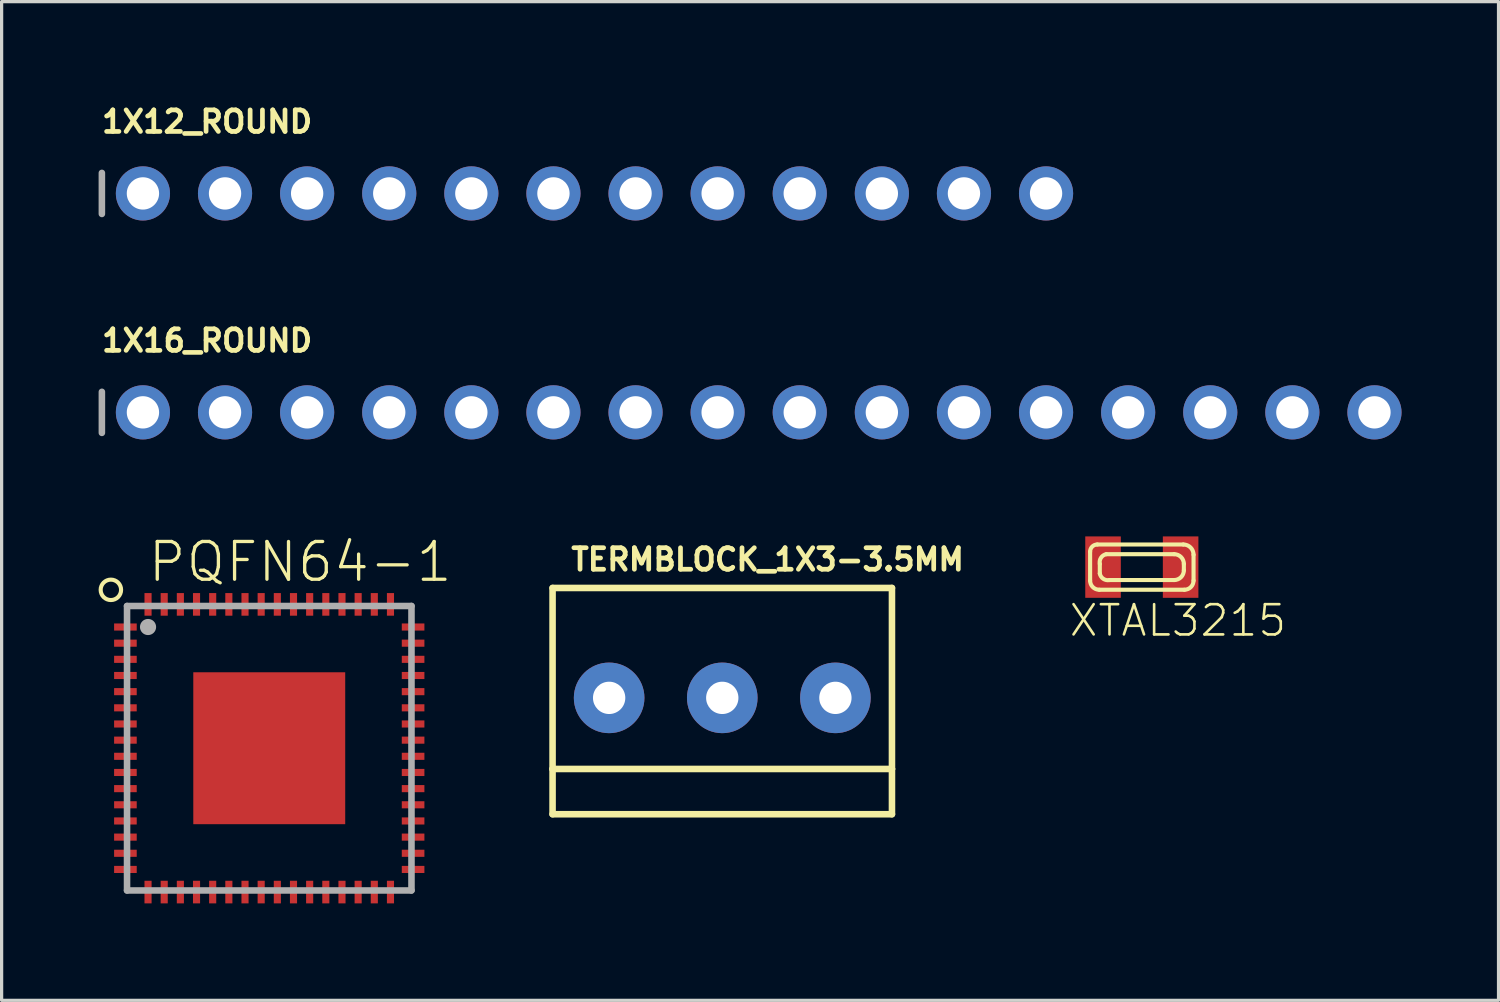
<source format=kicad_pcb>
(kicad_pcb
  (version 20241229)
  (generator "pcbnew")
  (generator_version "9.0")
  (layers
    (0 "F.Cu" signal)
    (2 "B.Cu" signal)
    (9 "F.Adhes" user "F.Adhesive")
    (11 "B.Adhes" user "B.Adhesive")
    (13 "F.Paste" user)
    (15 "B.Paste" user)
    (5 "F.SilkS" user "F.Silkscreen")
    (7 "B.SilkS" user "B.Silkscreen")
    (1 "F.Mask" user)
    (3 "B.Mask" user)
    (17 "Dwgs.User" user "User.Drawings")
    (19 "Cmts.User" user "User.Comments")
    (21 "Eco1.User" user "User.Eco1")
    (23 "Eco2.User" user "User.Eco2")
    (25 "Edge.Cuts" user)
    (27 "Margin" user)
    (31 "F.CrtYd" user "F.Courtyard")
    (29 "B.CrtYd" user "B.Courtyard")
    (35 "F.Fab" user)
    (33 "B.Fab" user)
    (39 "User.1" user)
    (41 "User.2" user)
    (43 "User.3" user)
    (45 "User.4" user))
  (footprint "1X12_ROUND"
    (layer "F.Cu")
    (at 15.342 2.934)
    (property "Reference" "1X12_ROUND" (at -15.316 -1.829 0) (layer "F.SilkS") (effects (font (size 0.666 0.666) (thickness 0.146)) (justify left bottom)))
    (fp_line (start -15.24 -0.635) (end -15.24 0.635) (stroke (width 0.203) (type solid)) (layer "F.Fab"))
    (fp_poly (pts (xy -14.224 0.254) (xy -13.716 0.254) (xy -13.716 -0.254) (xy -14.224 -0.254)) (stroke (width 0.1) (type solid)) (fill no) (layer "F.Fab"))
    (fp_poly (pts (xy -11.684 0.254) (xy -11.176 0.254) (xy -11.176 -0.254) (xy -11.684 -0.254)) (stroke (width 0.1) (type solid)) (fill no) (layer "F.Fab"))
    (fp_poly (pts (xy -9.144 0.254) (xy -8.636 0.254) (xy -8.636 -0.254) (xy -9.144 -0.254)) (stroke (width 0.1) (type solid)) (fill no) (layer "F.Fab"))
    (fp_poly (pts (xy -6.604 0.254) (xy -6.096 0.254) (xy -6.096 -0.254) (xy -6.604 -0.254)) (stroke (width 0.1) (type solid)) (fill no) (layer "F.Fab"))
    (fp_poly (pts (xy -4.064 0.254) (xy -3.556 0.254) (xy -3.556 -0.254) (xy -4.064 -0.254)) (stroke (width 0.1) (type solid)) (fill no) (layer "F.Fab"))
    (fp_poly (pts (xy -1.524 0.254) (xy -1.016 0.254) (xy -1.016 -0.254) (xy -1.524 -0.254)) (stroke (width 0.1) (type solid)) (fill no) (layer "F.Fab"))
    (fp_poly (pts (xy 1.016 0.254) (xy 1.524 0.254) (xy 1.524 -0.254) (xy 1.016 -0.254)) (stroke (width 0.1) (type solid)) (fill no) (layer "F.Fab"))
    (fp_poly (pts (xy 3.556 0.254) (xy 4.064 0.254) (xy 4.064 -0.254) (xy 3.556 -0.254)) (stroke (width 0.1) (type solid)) (fill no) (layer "F.Fab"))
    (fp_poly (pts (xy 6.096 0.254) (xy 6.604 0.254) (xy 6.604 -0.254) (xy 6.096 -0.254)) (stroke (width 0.1) (type solid)) (fill no) (layer "F.Fab"))
    (fp_poly (pts (xy 8.636 0.254) (xy 9.144 0.254) (xy 9.144 -0.254) (xy 8.636 -0.254)) (stroke (width 0.1) (type solid)) (fill no) (layer "F.Fab"))
    (fp_poly (pts (xy 11.176 0.254) (xy 11.684 0.254) (xy 11.684 -0.254) (xy 11.176 -0.254)) (stroke (width 0.1) (type solid)) (fill no) (layer "F.Fab"))
    (fp_poly (pts (xy 13.716 0.254) (xy 14.224 0.254) (xy 14.224 -0.254) (xy 13.716 -0.254)) (stroke (width 0.1) (type solid)) (fill no) (layer "F.Fab"))
    (pad "1" thru_hole circle (at -13.97 0 90) (size 1.676 1.676) (drill 1) (layers "*.Cu" "*.Mask"))
    (pad "2" thru_hole circle (at -11.43 0 90) (size 1.676 1.676) (drill 1) (layers "*.Cu" "*.Mask"))
    (pad "3" thru_hole circle (at -8.89 0 90) (size 1.676 1.676) (drill 1) (layers "*.Cu" "*.Mask"))
    (pad "4" thru_hole circle (at -6.35 0 90) (size 1.676 1.676) (drill 1) (layers "*.Cu" "*.Mask"))
    (pad "5" thru_hole circle (at -3.81 0 90) (size 1.676 1.676) (drill 1) (layers "*.Cu" "*.Mask"))
    (pad "6" thru_hole circle (at -1.27 0 90) (size 1.676 1.676) (drill 1) (layers "*.Cu" "*.Mask"))
    (pad "7" thru_hole circle (at 1.27 0 90) (size 1.676 1.676) (drill 1) (layers "*.Cu" "*.Mask"))
    (pad "8" thru_hole circle (at 3.81 0 90) (size 1.676 1.676) (drill 1) (layers "*.Cu" "*.Mask"))
    (pad "9" thru_hole circle (at 6.35 0 90) (size 1.676 1.676) (drill 1) (layers "*.Cu" "*.Mask"))
    (pad "10" thru_hole circle (at 8.89 0 90) (size 1.676 1.676) (drill 1) (layers "*.Cu" "*.Mask"))
    (pad "11" thru_hole circle (at 11.43 0 90) (size 1.676 1.676) (drill 1) (layers "*.Cu" "*.Mask"))
    (pad "12" thru_hole circle (at 13.97 0 90) (size 1.676 1.676) (drill 1) (layers "*.Cu" "*.Mask")))
  (footprint "1X16_ROUND"
    (layer "F.Cu")
    (at 20.422 9.707)
    (property "Reference" "1X16_ROUND" (at -20.396 -1.829 0) (layer "F.SilkS") (effects (font (size 0.666 0.666) (thickness 0.146)) (justify left bottom)))
    (fp_line (start -20.32 -0.635) (end -20.32 0.635) (stroke (width 0.203) (type solid)) (layer "F.Fab"))
    (fp_poly (pts (xy -19.304 0.254) (xy -18.796 0.254) (xy -18.796 -0.254) (xy -19.304 -0.254)) (stroke (width 0.1) (type solid)) (fill no) (layer "F.Fab"))
    (fp_poly (pts (xy -16.764 0.254) (xy -16.256 0.254) (xy -16.256 -0.254) (xy -16.764 -0.254)) (stroke (width 0.1) (type solid)) (fill no) (layer "F.Fab"))
    (fp_poly (pts (xy -14.224 0.254) (xy -13.716 0.254) (xy -13.716 -0.254) (xy -14.224 -0.254)) (stroke (width 0.1) (type solid)) (fill no) (layer "F.Fab"))
    (fp_poly (pts (xy -11.684 0.254) (xy -11.176 0.254) (xy -11.176 -0.254) (xy -11.684 -0.254)) (stroke (width 0.1) (type solid)) (fill no) (layer "F.Fab"))
    (fp_poly (pts (xy -9.144 0.254) (xy -8.636 0.254) (xy -8.636 -0.254) (xy -9.144 -0.254)) (stroke (width 0.1) (type solid)) (fill no) (layer "F.Fab"))
    (fp_poly (pts (xy -6.604 0.254) (xy -6.096 0.254) (xy -6.096 -0.254) (xy -6.604 -0.254)) (stroke (width 0.1) (type solid)) (fill no) (layer "F.Fab"))
    (fp_poly (pts (xy -4.064 0.254) (xy -3.556 0.254) (xy -3.556 -0.254) (xy -4.064 -0.254)) (stroke (width 0.1) (type solid)) (fill no) (layer "F.Fab"))
    (fp_poly (pts (xy -1.524 0.254) (xy -1.016 0.254) (xy -1.016 -0.254) (xy -1.524 -0.254)) (stroke (width 0.1) (type solid)) (fill no) (layer "F.Fab"))
    (fp_poly (pts (xy 1.016 0.254) (xy 1.524 0.254) (xy 1.524 -0.254) (xy 1.016 -0.254)) (stroke (width 0.1) (type solid)) (fill no) (layer "F.Fab"))
    (fp_poly (pts (xy 3.556 0.254) (xy 4.064 0.254) (xy 4.064 -0.254) (xy 3.556 -0.254)) (stroke (width 0.1) (type solid)) (fill no) (layer "F.Fab"))
    (fp_poly (pts (xy 6.096 0.254) (xy 6.604 0.254) (xy 6.604 -0.254) (xy 6.096 -0.254)) (stroke (width 0.1) (type solid)) (fill no) (layer "F.Fab"))
    (fp_poly (pts (xy 8.636 0.254) (xy 9.144 0.254) (xy 9.144 -0.254) (xy 8.636 -0.254)) (stroke (width 0.1) (type solid)) (fill no) (layer "F.Fab"))
    (fp_poly (pts (xy 11.176 0.254) (xy 11.684 0.254) (xy 11.684 -0.254) (xy 11.176 -0.254)) (stroke (width 0.1) (type solid)) (fill no) (layer "F.Fab"))
    (fp_poly (pts (xy 13.716 0.254) (xy 14.224 0.254) (xy 14.224 -0.254) (xy 13.716 -0.254)) (stroke (width 0.1) (type solid)) (fill no) (layer "F.Fab"))
    (fp_poly (pts (xy 16.256 0.254) (xy 16.764 0.254) (xy 16.764 -0.254) (xy 16.256 -0.254)) (stroke (width 0.1) (type solid)) (fill no) (layer "F.Fab"))
    (fp_poly (pts (xy 18.796 0.254) (xy 19.304 0.254) (xy 19.304 -0.254) (xy 18.796 -0.254)) (stroke (width 0.1) (type solid)) (fill no) (layer "F.Fab"))
    (pad "1" thru_hole circle (at -19.05 0 90) (size 1.676 1.676) (drill 1) (layers "*.Cu" "*.Mask"))
    (pad "2" thru_hole circle (at -16.51 0 90) (size 1.676 1.676) (drill 1) (layers "*.Cu" "*.Mask"))
    (pad "3" thru_hole circle (at -13.97 0 90) (size 1.676 1.676) (drill 1) (layers "*.Cu" "*.Mask"))
    (pad "4" thru_hole circle (at -11.43 0 90) (size 1.676 1.676) (drill 1) (layers "*.Cu" "*.Mask"))
    (pad "5" thru_hole circle (at -8.89 0 90) (size 1.676 1.676) (drill 1) (layers "*.Cu" "*.Mask"))
    (pad "6" thru_hole circle (at -6.35 0 90) (size 1.676 1.676) (drill 1) (layers "*.Cu" "*.Mask"))
    (pad "7" thru_hole circle (at -3.81 0 90) (size 1.676 1.676) (drill 1) (layers "*.Cu" "*.Mask"))
    (pad "8" thru_hole circle (at -1.27 0 90) (size 1.676 1.676) (drill 1) (layers "*.Cu" "*.Mask"))
    (pad "9" thru_hole circle (at 1.27 0 90) (size 1.676 1.676) (drill 1) (layers "*.Cu" "*.Mask"))
    (pad "10" thru_hole circle (at 3.81 0 90) (size 1.676 1.676) (drill 1) (layers "*.Cu" "*.Mask"))
    (pad "11" thru_hole circle (at 6.35 0 90) (size 1.676 1.676) (drill 1) (layers "*.Cu" "*.Mask"))
    (pad "12" thru_hole circle (at 8.89 0 90) (size 1.676 1.676) (drill 1) (layers "*.Cu" "*.Mask"))
    (pad "13" thru_hole circle (at 11.43 0 90) (size 1.676 1.676) (drill 1) (layers "*.Cu" "*.Mask"))
    (pad "14" thru_hole circle (at 13.97 0 90) (size 1.676 1.676) (drill 1) (layers "*.Cu" "*.Mask"))
    (pad "15" thru_hole circle (at 16.51 0 90) (size 1.676 1.676) (drill 1) (layers "*.Cu" "*.Mask"))
    (pad "16" thru_hole circle (at 19.05 0 90) (size 1.676 1.676) (drill 1) (layers "*.Cu" "*.Mask")))
  (footprint "PQFN64-1"
    (layer "F.Cu")
    (at 5.28 20.098)
    (property "Reference" "PQFN64-1" (at -3.81 -5.08 0) (layer "F.SilkS") (effects (font (size 1.168 1.168) (thickness 0.102)) (justify left bottom)))
    (fp_circle (center -4.9 -4.9) (end -4.584 -4.9) (stroke (width 0.127) (type solid)) (fill no) (layer "F.SilkS"))
    (fp_poly (pts (xy -1.905 -0.381) (xy -0.381 -0.381) (xy -0.381 -1.905) (xy -1.905 -1.905)) (stroke (width 0) (type solid)) (fill yes) (layer "F.Paste"))
    (fp_poly (pts (xy -1.905 1.905) (xy -0.381 1.905) (xy -0.381 0.381) (xy -1.905 0.381)) (stroke (width 0) (type solid)) (fill yes) (layer "F.Paste"))
    (fp_poly (pts (xy 0.381 -0.381) (xy 1.905 -0.381) (xy 1.905 -1.905) (xy 0.381 -1.905)) (stroke (width 0) (type solid)) (fill yes) (layer "F.Paste"))
    (fp_poly (pts (xy 0.381 1.905) (xy 1.905 1.905) (xy 1.905 0.381) (xy 0.381 0.381)) (stroke (width 0) (type solid)) (fill yes) (layer "F.Paste"))
    (fp_line (start -4.4 -4.4) (end -4.4 4.4) (stroke (width 0.203) (type solid)) (layer "F.Fab"))
    (fp_line (start -4.4 4.4) (end 4.4 4.4) (stroke (width 0.203) (type solid)) (layer "F.Fab"))
    (fp_line (start 4.4 -4.4) (end -4.4 -4.4) (stroke (width 0.203) (type solid)) (layer "F.Fab"))
    (fp_line (start 4.4 4.4) (end 4.4 -4.4) (stroke (width 0.203) (type solid)) (layer "F.Fab"))
    (fp_circle (center -3.75 -3.75) (end -3.625 -3.75) (stroke (width 0.25) (type solid)) (fill no) (layer "F.Fab"))
    (pad "1" smd rect (at -4.45 -3.75) (size 0.7 0.22) (layers "F.Cu" "F.Mask" "F.Paste"))
    (pad "2" smd rect (at -4.45 -3.25) (size 0.7 0.22) (layers "F.Cu" "F.Mask" "F.Paste"))
    (pad "3" smd rect (at -4.45 -2.75) (size 0.7 0.22) (layers "F.Cu" "F.Mask" "F.Paste"))
    (pad "4" smd rect (at -4.45 -2.25) (size 0.7 0.22) (layers "F.Cu" "F.Mask" "F.Paste"))
    (pad "5" smd rect (at -4.45 -1.75) (size 0.7 0.22) (layers "F.Cu" "F.Mask" "F.Paste"))
    (pad "6" smd rect (at -4.45 -1.25) (size 0.7 0.22) (layers "F.Cu" "F.Mask" "F.Paste"))
    (pad "7" smd rect (at -4.45 -0.75) (size 0.7 0.22) (layers "F.Cu" "F.Mask" "F.Paste"))
    (pad "8" smd rect (at -4.45 -0.25) (size 0.7 0.22) (layers "F.Cu" "F.Mask" "F.Paste"))
    (pad "9" smd rect (at -4.45 0.25) (size 0.7 0.22) (layers "F.Cu" "F.Mask" "F.Paste"))
    (pad "10" smd rect (at -4.45 0.75) (size 0.7 0.22) (layers "F.Cu" "F.Mask" "F.Paste"))
    (pad "11" smd rect (at -4.45 1.25) (size 0.7 0.22) (layers "F.Cu" "F.Mask" "F.Paste"))
    (pad "12" smd rect (at -4.45 1.75) (size 0.7 0.22) (layers "F.Cu" "F.Mask" "F.Paste"))
    (pad "13" smd rect (at -4.45 2.25) (size 0.7 0.22) (layers "F.Cu" "F.Mask" "F.Paste"))
    (pad "14" smd rect (at -4.45 2.75) (size 0.7 0.22) (layers "F.Cu" "F.Mask" "F.Paste"))
    (pad "15" smd rect (at -4.45 3.25) (size 0.7 0.22) (layers "F.Cu" "F.Mask" "F.Paste"))
    (pad "16" smd rect (at -4.45 3.75) (size 0.7 0.22) (layers "F.Cu" "F.Mask" "F.Paste"))
    (pad "17" smd rect (at -3.75 4.45 90) (size 0.7 0.22) (layers "F.Cu" "F.Mask" "F.Paste"))
    (pad "18" smd rect (at -3.25 4.45 90) (size 0.7 0.22) (layers "F.Cu" "F.Mask" "F.Paste"))
    (pad "19" smd rect (at -2.75 4.45 90) (size 0.7 0.22) (layers "F.Cu" "F.Mask" "F.Paste"))
    (pad "20" smd rect (at -2.25 4.45 90) (size 0.7 0.22) (layers "F.Cu" "F.Mask" "F.Paste"))
    (pad "21" smd rect (at -1.75 4.45 90) (size 0.7 0.22) (layers "F.Cu" "F.Mask" "F.Paste"))
    (pad "22" smd rect (at -1.25 4.45 90) (size 0.7 0.22) (layers "F.Cu" "F.Mask" "F.Paste"))
    (pad "23" smd rect (at -0.75 4.45 90) (size 0.7 0.22) (layers "F.Cu" "F.Mask" "F.Paste"))
    (pad "24" smd rect (at -0.25 4.45 90) (size 0.7 0.22) (layers "F.Cu" "F.Mask" "F.Paste"))
    (pad "25" smd rect (at 0.25 4.45 90) (size 0.7 0.22) (layers "F.Cu" "F.Mask" "F.Paste"))
    (pad "26" smd rect (at 0.75 4.45 90) (size 0.7 0.22) (layers "F.Cu" "F.Mask" "F.Paste"))
    (pad "27" smd rect (at 1.25 4.45 90) (size 0.7 0.22) (layers "F.Cu" "F.Mask" "F.Paste"))
    (pad "28" smd rect (at 1.75 4.45 90) (size 0.7 0.22) (layers "F.Cu" "F.Mask" "F.Paste"))
    (pad "29" smd rect (at 2.25 4.45 90) (size 0.7 0.22) (layers "F.Cu" "F.Mask" "F.Paste"))
    (pad "30" smd rect (at 2.75 4.45 90) (size 0.7 0.22) (layers "F.Cu" "F.Mask" "F.Paste"))
    (pad "31" smd rect (at 3.25 4.45 90) (size 0.7 0.22) (layers "F.Cu" "F.Mask" "F.Paste"))
    (pad "32" smd rect (at 3.75 4.45 90) (size 0.7 0.22) (layers "F.Cu" "F.Mask" "F.Paste"))
    (pad "33" smd rect (at 4.45 3.75 180) (size 0.7 0.22) (layers "F.Cu" "F.Mask" "F.Paste"))
    (pad "34" smd rect (at 4.45 3.25 180) (size 0.7 0.22) (layers "F.Cu" "F.Mask" "F.Paste"))
    (pad "35" smd rect (at 4.45 2.75 180) (size 0.7 0.22) (layers "F.Cu" "F.Mask" "F.Paste"))
    (pad "36" smd rect (at 4.45 2.25 180) (size 0.7 0.22) (layers "F.Cu" "F.Mask" "F.Paste"))
    (pad "37" smd rect (at 4.45 1.75 180) (size 0.7 0.22) (layers "F.Cu" "F.Mask" "F.Paste"))
    (pad "38" smd rect (at 4.45 1.25 180) (size 0.7 0.22) (layers "F.Cu" "F.Mask" "F.Paste"))
    (pad "39" smd rect (at 4.45 0.75 180) (size 0.7 0.22) (layers "F.Cu" "F.Mask" "F.Paste"))
    (pad "40" smd rect (at 4.45 0.25 180) (size 0.7 0.22) (layers "F.Cu" "F.Mask" "F.Paste"))
    (pad "41" smd rect (at 4.45 -0.25 180) (size 0.7 0.22) (layers "F.Cu" "F.Mask" "F.Paste"))
    (pad "42" smd rect (at 4.45 -0.75 180) (size 0.7 0.22) (layers "F.Cu" "F.Mask" "F.Paste"))
    (pad "43" smd rect (at 4.45 -1.25 180) (size 0.7 0.22) (layers "F.Cu" "F.Mask" "F.Paste"))
    (pad "44" smd rect (at 4.45 -1.75 180) (size 0.7 0.22) (layers "F.Cu" "F.Mask" "F.Paste"))
    (pad "45" smd rect (at 4.45 -2.25 180) (size 0.7 0.22) (layers "F.Cu" "F.Mask" "F.Paste"))
    (pad "46" smd rect (at 4.45 -2.75 180) (size 0.7 0.22) (layers "F.Cu" "F.Mask" "F.Paste"))
    (pad "47" smd rect (at 4.45 -3.25 180) (size 0.7 0.22) (layers "F.Cu" "F.Mask" "F.Paste"))
    (pad "48" smd rect (at 4.45 -3.75 180) (size 0.7 0.22) (layers "F.Cu" "F.Mask" "F.Paste"))
    (pad "49" smd rect (at 3.75 -4.45 270) (size 0.7 0.22) (layers "F.Cu" "F.Mask" "F.Paste"))
    (pad "50" smd rect (at 3.25 -4.45 270) (size 0.7 0.22) (layers "F.Cu" "F.Mask" "F.Paste"))
    (pad "51" smd rect (at 2.75 -4.45 270) (size 0.7 0.22) (layers "F.Cu" "F.Mask" "F.Paste"))
    (pad "52" smd rect (at 2.25 -4.45 270) (size 0.7 0.22) (layers "F.Cu" "F.Mask" "F.Paste"))
    (pad "53" smd rect (at 1.75 -4.45 270) (size 0.7 0.22) (layers "F.Cu" "F.Mask" "F.Paste"))
    (pad "54" smd rect (at 1.25 -4.45 270) (size 0.7 0.22) (layers "F.Cu" "F.Mask" "F.Paste"))
    (pad "55" smd rect (at 0.75 -4.45 270) (size 0.7 0.22) (layers "F.Cu" "F.Mask" "F.Paste"))
    (pad "56" smd rect (at 0.25 -4.45 270) (size 0.7 0.22) (layers "F.Cu" "F.Mask" "F.Paste"))
    (pad "57" smd rect (at -0.25 -4.45 270) (size 0.7 0.22) (layers "F.Cu" "F.Mask" "F.Paste"))
    (pad "58" smd rect (at -0.75 -4.45 270) (size 0.7 0.22) (layers "F.Cu" "F.Mask" "F.Paste"))
    (pad "59" smd rect (at -1.25 -4.45 270) (size 0.7 0.22) (layers "F.Cu" "F.Mask" "F.Paste"))
    (pad "60" smd rect (at -1.75 -4.45 270) (size 0.7 0.22) (layers "F.Cu" "F.Mask" "F.Paste"))
    (pad "61" smd rect (at -2.25 -4.45 270) (size 0.7 0.22) (layers "F.Cu" "F.Mask" "F.Paste"))
    (pad "62" smd rect (at -2.75 -4.45 270) (size 0.7 0.22) (layers "F.Cu" "F.Mask" "F.Paste"))
    (pad "63" smd rect (at -3.25 -4.45 270) (size 0.7 0.22) (layers "F.Cu" "F.Mask" "F.Paste"))
    (pad "64" smd rect (at -3.75 -4.45 270) (size 0.7 0.22) (layers "F.Cu" "F.Mask" "F.Paste"))
    (pad "EXP" smd rect (at 0 0) (size 4.7 4.7) (layers "F.Cu" "F.Mask")))
  (footprint "XTAL3215"
    (layer "F.Cu")
    (at 32.275 14.495)
    (property "Reference" "XTAL3215" (at -2.3 2.2 0) (layer "F.SilkS") (effects (font (size 0.935 0.935) (thickness 0.081)) (justify left bottom)))
    (fp_line (start -1.6 0.417) (end -1.6 -0.476) (stroke (width 0.127) (type solid)) (layer "F.SilkS"))
    (fp_line (start -1.376 -0.7) (end 1.284 -0.7) (stroke (width 0.127) (type solid)) (layer "F.SilkS"))
    (fp_line (start -1.3 0.2) (end -1.3 -0.1) (stroke (width 0.127) (type solid)) (layer "F.SilkS"))
    (fp_line (start -1.1 -0.4) (end 1 -0.4) (stroke (width 0.127) (type solid)) (layer "F.SilkS"))
    (fp_line (start 1 0.4) (end -1 0.4) (stroke (width 0.127) (type solid)) (layer "F.SilkS"))
    (fp_line (start 1.3 -0.1) (end 1.3 0.1) (stroke (width 0.127) (type solid)) (layer "F.SilkS"))
    (fp_line (start 1.317 0.7) (end -1.317 0.7) (stroke (width 0.127) (type solid)) (layer "F.SilkS"))
    (fp_line (start 1.6 -0.384) (end 1.6 0.417) (stroke (width 0.127) (type solid)) (layer "F.SilkS"))
    (fp_arc (start -1.6 -0.4764) (mid -1.534509 -0.634509) (end -1.3764 -0.7) (stroke (width 0.127) (type solid)) (layer "F.SilkS"))
    (fp_arc (start -1.3172 0.7) (mid -1.51717 0.61717) (end -1.6 0.4172) (stroke (width 0.127) (type solid)) (layer "F.SilkS"))
    (fp_arc (start -1.3 -0.1) (mid -1.262161 -0.291441) (end -1.099999 -0.399999) (stroke (width 0.127) (type solid)) (layer "F.SilkS"))
    (fp_arc (start -1 0.4) (mid -1.191422 0.362132) (end -1.300001 0.199999) (stroke (width 0.127) (type solid)) (layer "F.SilkS"))
    (fp_arc (start 1 -0.4) (mid 1.212103 -0.312103) (end 1.3 -0.1) (stroke (width 0.127) (type solid)) (layer "F.SilkS"))
    (fp_arc (start 1.2838 -0.7) (mid 1.507387 -0.607387) (end 1.6 -0.3838) (stroke (width 0.127) (type solid)) (layer "F.SilkS"))
    (fp_arc (start 1.3 0.1) (mid 1.212131 0.312132) (end 0.999999 0.399999) (stroke (width 0.127) (type solid)) (layer "F.SilkS"))
    (fp_arc (start 1.6 0.4172) (mid 1.51717 0.61717) (end 1.3172 0.7) (stroke (width 0.127) (type solid)) (layer "F.SilkS"))
    (pad "P$1" smd rect (at 1.2 0) (size 1.1 1.9) (layers "F.Cu" "F.Mask" "F.Paste"))
    (pad "P$2" smd rect (at -1.2 0 180) (size 1.1 1.9) (layers "F.Cu" "F.Mask" "F.Paste")))
  (footprint "TERMBLOCK_1X3-3.5MM"
    (layer "F.Cu")
    (at 19.295 18.54)
    (property "Reference" "TERMBLOCK_1X3-3.5MM" (at -4.75 -3.89 0) (layer "F.SilkS") (effects (font (size 0.666 0.666) (thickness 0.146)) (justify left bottom)))
    (fp_line (start -5.25 -3.4) (end -5.25 2.2) (stroke (width 0.203) (type solid)) (layer "F.SilkS"))
    (fp_line (start -5.25 2.2) (end -5.25 3.6) (stroke (width 0.203) (type solid)) (layer "F.SilkS"))
    (fp_line (start -5.25 2.2) (end 5.25 2.2) (stroke (width 0.203) (type solid)) (layer "F.SilkS"))
    (fp_line (start -5.25 3.6) (end 5.25 3.6) (stroke (width 0.203) (type solid)) (layer "F.SilkS"))
    (fp_line (start 5.25 -3.4) (end -5.25 -3.4) (stroke (width 0.203) (type solid)) (layer "F.SilkS"))
    (fp_line (start 5.25 2.2) (end 5.25 -3.4) (stroke (width 0.203) (type solid)) (layer "F.SilkS"))
    (fp_line (start 5.25 3.6) (end 5.25 2.2) (stroke (width 0.203) (type solid)) (layer "F.SilkS"))
    (pad "1" thru_hole circle (at 3.5 0) (size 2.184 2.184) (drill 1) (layers "*.Cu" "*.Mask"))
    (pad "2" thru_hole circle (at 0 0) (size 2.184 2.184) (drill 1) (layers "*.Cu" "*.Mask"))
    (pad "3" thru_hole circle (at -3.5 0) (size 2.184 2.184) (drill 1) (layers "*.Cu" "*.Mask")))
  (gr_rect
    (start -3 -3)
    (end 43.31 27.898)
    (stroke (width 0.1) (type default))
    (fill no)
    (layer "Edge.Cuts")))
</source>
